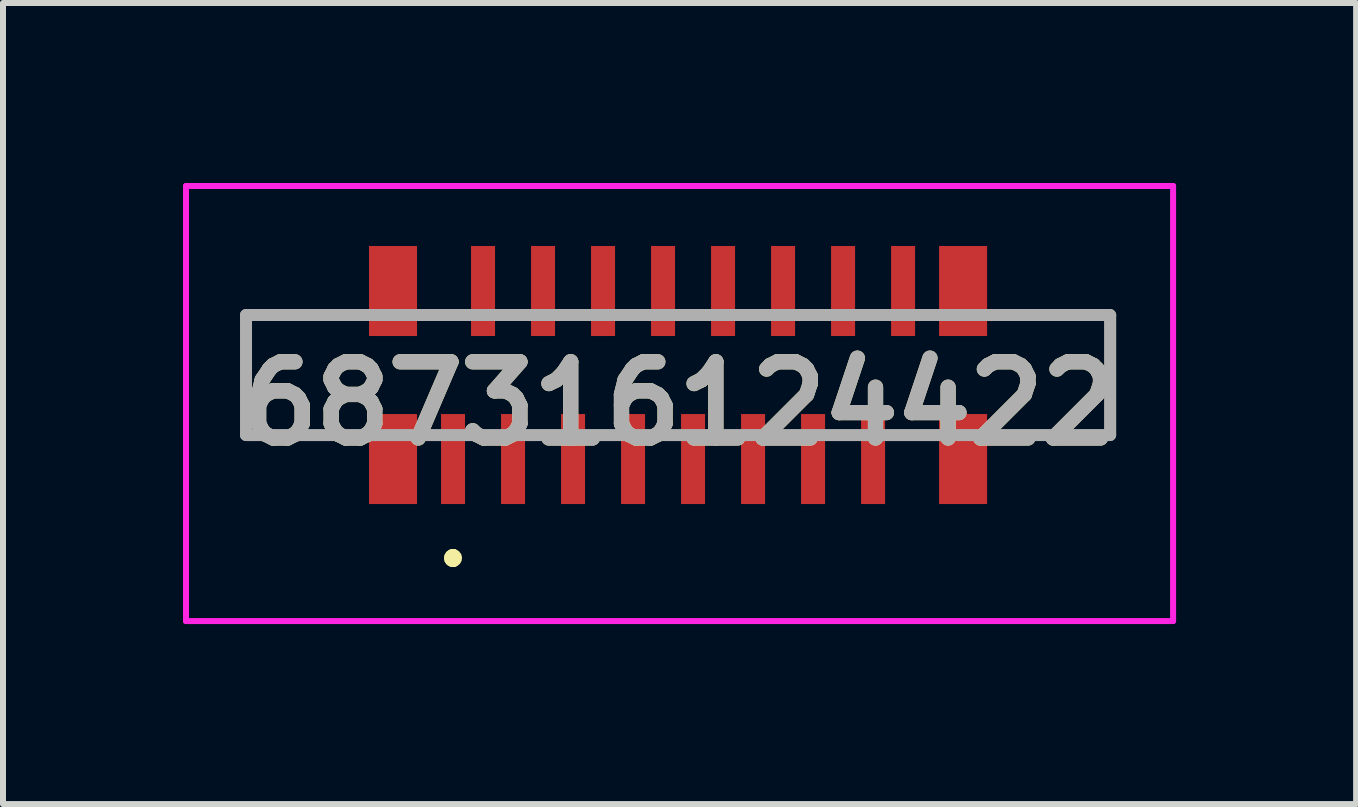
<source format=kicad_pcb>
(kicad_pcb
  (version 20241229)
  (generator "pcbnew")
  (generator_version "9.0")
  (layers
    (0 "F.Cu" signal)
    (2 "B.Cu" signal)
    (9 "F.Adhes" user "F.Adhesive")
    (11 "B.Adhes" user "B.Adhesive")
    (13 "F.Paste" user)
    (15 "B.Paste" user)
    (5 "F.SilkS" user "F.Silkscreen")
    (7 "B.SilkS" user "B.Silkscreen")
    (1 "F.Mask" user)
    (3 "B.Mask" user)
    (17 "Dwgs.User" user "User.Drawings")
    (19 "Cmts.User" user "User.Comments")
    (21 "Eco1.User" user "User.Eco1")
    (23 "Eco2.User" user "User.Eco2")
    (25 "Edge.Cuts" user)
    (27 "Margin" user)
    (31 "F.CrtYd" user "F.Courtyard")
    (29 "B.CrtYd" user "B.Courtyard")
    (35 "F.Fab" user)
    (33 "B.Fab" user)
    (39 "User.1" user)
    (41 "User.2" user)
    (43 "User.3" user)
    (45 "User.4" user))
  (footprint "687316124422"
    (layer "F.Cu")
    (at 8.25 3.2)
    (property "Reference" "687316124422" (at 0.025 0.475 0) (layer "F.SilkS") (effects (font (size 1.27 1.27) (thickness 0.254))))
    (attr smd)
    (fp_line (start -7.2 -1) (end -7.2 -1) (stroke (width 0.1) (type solid)) (layer "F.SilkS"))
    (fp_line (start -7.2 -1) (end -7.2 -1) (stroke (width 0.1) (type solid)) (layer "F.SilkS"))
    (fp_line (start -7.2 -1) (end -7.2 1) (stroke (width 0.1) (type solid)) (layer "F.SilkS"))
    (fp_line (start -7.2 -1) (end -5.75 -1) (stroke (width 0.1) (type solid)) (layer "F.SilkS"))
    (fp_line (start -7.2 1) (end -7.2 -1) (stroke (width 0.1) (type solid)) (layer "F.SilkS"))
    (fp_line (start -7.2 1) (end -7.2 1) (stroke (width 0.1) (type solid)) (layer "F.SilkS"))
    (fp_line (start -7.2 1) (end -7.2 1) (stroke (width 0.1) (type solid)) (layer "F.SilkS"))
    (fp_line (start -7.2 1) (end -6 1) (stroke (width 0.1) (type solid)) (layer "F.SilkS"))
    (fp_line (start -6 1) (end -7.2 1) (stroke (width 0.1) (type solid)) (layer "F.SilkS"))
    (fp_line (start -6 1) (end -6 1) (stroke (width 0.1) (type solid)) (layer "F.SilkS"))
    (fp_line (start -5.75 -1) (end -7.2 -1) (stroke (width 0.1) (type solid)) (layer "F.SilkS"))
    (fp_line (start -5.75 -1) (end -5.75 -1) (stroke (width 0.1) (type solid)) (layer "F.SilkS"))
    (fp_line (start -3.75 3) (end -3.75 3) (stroke (width 0.2) (type solid)) (layer "F.SilkS"))
    (fp_line (start -3.75 3) (end -3.75 3) (stroke (width 0.2) (type solid)) (layer "F.SilkS"))
    (fp_line (start -3.75 3.1) (end -3.75 3.1) (stroke (width 0.2) (type solid)) (layer "F.SilkS"))
    (fp_line (start 5.75 -1) (end 5.75 -1) (stroke (width 0.1) (type solid)) (layer "F.SilkS"))
    (fp_line (start 5.75 -1) (end 7.25 -1) (stroke (width 0.1) (type solid)) (layer "F.SilkS"))
    (fp_line (start 5.75 1) (end 5.75 1) (stroke (width 0.1) (type solid)) (layer "F.SilkS"))
    (fp_line (start 5.75 1) (end 7.2 1) (stroke (width 0.1) (type solid)) (layer "F.SilkS"))
    (fp_line (start 7.2 -1) (end 7.2 1) (stroke (width 0.1) (type solid)) (layer "F.SilkS"))
    (fp_line (start 7.2 1) (end 5.75 1) (stroke (width 0.1) (type solid)) (layer "F.SilkS"))
    (fp_line (start 7.2 1) (end 7.2 1) (stroke (width 0.1) (type solid)) (layer "F.SilkS"))
    (fp_line (start 7.2 1) (end 7.25 1) (stroke (width 0.1) (type solid)) (layer "F.SilkS"))
    (fp_line (start 7.25 -1) (end 5.75 -1) (stroke (width 0.1) (type solid)) (layer "F.SilkS"))
    (fp_line (start 7.25 -1) (end 7.2 -1) (stroke (width 0.1) (type solid)) (layer "F.SilkS"))
    (fp_line (start 7.25 -1) (end 7.25 -1) (stroke (width 0.1) (type solid)) (layer "F.SilkS"))
    (fp_line (start 7.25 1) (end 7.25 -1) (stroke (width 0.1) (type solid)) (layer "F.SilkS"))
    (fp_arc (start -3.75 3) (mid -3.7 3.05) (end -3.75 3.1) (stroke (width 0.2) (type solid)) (layer "F.SilkS"))
    (fp_arc (start -3.75 3.1) (mid -3.8 3.05) (end -3.75 3) (stroke (width 0.2) (type solid)) (layer "F.SilkS"))
    (fp_arc (start -3.75 3.1) (mid -3.8 3.05) (end -3.75 3) (stroke (width 0.2) (type solid)) (layer "F.SilkS"))
    (fp_line (start -8.2 -3.15) (end 8.25 -3.15) (stroke (width 0.1) (type solid)) (layer "F.CrtYd"))
    (fp_line (start -8.2 4.1) (end -8.2 -3.15) (stroke (width 0.1) (type solid)) (layer "F.CrtYd"))
    (fp_line (start 8.25 -3.15) (end 8.25 4.1) (stroke (width 0.1) (type solid)) (layer "F.CrtYd"))
    (fp_line (start 8.25 4.1) (end -8.2 4.1) (stroke (width 0.1) (type solid)) (layer "F.CrtYd"))
    (fp_line (start -7.2 -1) (end 7.2 -1) (stroke (width 0.2) (type solid)) (layer "F.Fab"))
    (fp_line (start -7.2 1) (end -7.2 -1) (stroke (width 0.2) (type solid)) (layer "F.Fab"))
    (fp_line (start 7.2 -1) (end 7.2 1) (stroke (width 0.2) (type solid)) (layer "F.Fab"))
    (fp_line (start 7.2 1) (end -7.2 1) (stroke (width 0.2) (type solid)) (layer "F.Fab"))
    (fp_text user "${REFERENCE}" (at 0.025 0.475 0) (layer "F.Fab") (effects (font (size 1.27 1.27) (thickness 0.254))))
    (pad "1" smd rect (at -3.75 1.4) (size 0.4 1.5) (layers "F.Cu" "F.Mask" "F.Paste"))
    (pad "2" smd rect (at -3.25 -1.4) (size 0.4 1.5) (layers "F.Cu" "F.Mask" "F.Paste"))
    (pad "3" smd rect (at -2.75 1.4) (size 0.4 1.5) (layers "F.Cu" "F.Mask" "F.Paste"))
    (pad "4" smd rect (at -2.25 -1.4) (size 0.4 1.5) (layers "F.Cu" "F.Mask" "F.Paste"))
    (pad "5" smd rect (at -1.75 1.4) (size 0.4 1.5) (layers "F.Cu" "F.Mask" "F.Paste"))
    (pad "6" smd rect (at -1.25 -1.4) (size 0.4 1.5) (layers "F.Cu" "F.Mask" "F.Paste"))
    (pad "7" smd rect (at -0.75 1.4) (size 0.4 1.5) (layers "F.Cu" "F.Mask" "F.Paste"))
    (pad "8" smd rect (at -0.25 -1.4) (size 0.4 1.5) (layers "F.Cu" "F.Mask" "F.Paste"))
    (pad "9" smd rect (at 0.25 1.4) (size 0.4 1.5) (layers "F.Cu" "F.Mask" "F.Paste"))
    (pad "10" smd rect (at 0.75 -1.4) (size 0.4 1.5) (layers "F.Cu" "F.Mask" "F.Paste"))
    (pad "11" smd rect (at 1.25 1.4) (size 0.4 1.5) (layers "F.Cu" "F.Mask" "F.Paste"))
    (pad "12" smd rect (at 1.75 -1.4) (size 0.4 1.5) (layers "F.Cu" "F.Mask" "F.Paste"))
    (pad "13" smd rect (at 2.25 1.4) (size 0.4 1.5) (layers "F.Cu" "F.Mask" "F.Paste"))
    (pad "14" smd rect (at 2.75 -1.4) (size 0.4 1.5) (layers "F.Cu" "F.Mask" "F.Paste"))
    (pad "15" smd rect (at 3.25 1.4) (size 0.4 1.5) (layers "F.Cu" "F.Mask" "F.Paste"))
    (pad "16" smd rect (at 3.75 -1.4) (size 0.4 1.5) (layers "F.Cu" "F.Mask" "F.Paste"))
    (pad "MP1" smd rect (at -4.75 1.4) (size 0.8 1.5) (layers "F.Cu" "F.Mask" "F.Paste"))
    (pad "MP2" smd rect (at -4.75 -1.4) (size 0.8 1.5) (layers "F.Cu" "F.Mask" "F.Paste"))
    (pad "MP3" smd rect (at 4.75 -1.4) (size 0.8 1.5) (layers "F.Cu" "F.Mask" "F.Paste"))
    (pad "MP4" smd rect (at 4.75 1.4) (size 0.8 1.5) (layers "F.Cu" "F.Mask" "F.Paste")))
  (gr_rect
    (start -3 -3)
    (end 19.55 10.35)
    (stroke (width 0.1) (type default))
    (fill no)
    (layer "Edge.Cuts")))
</source>
